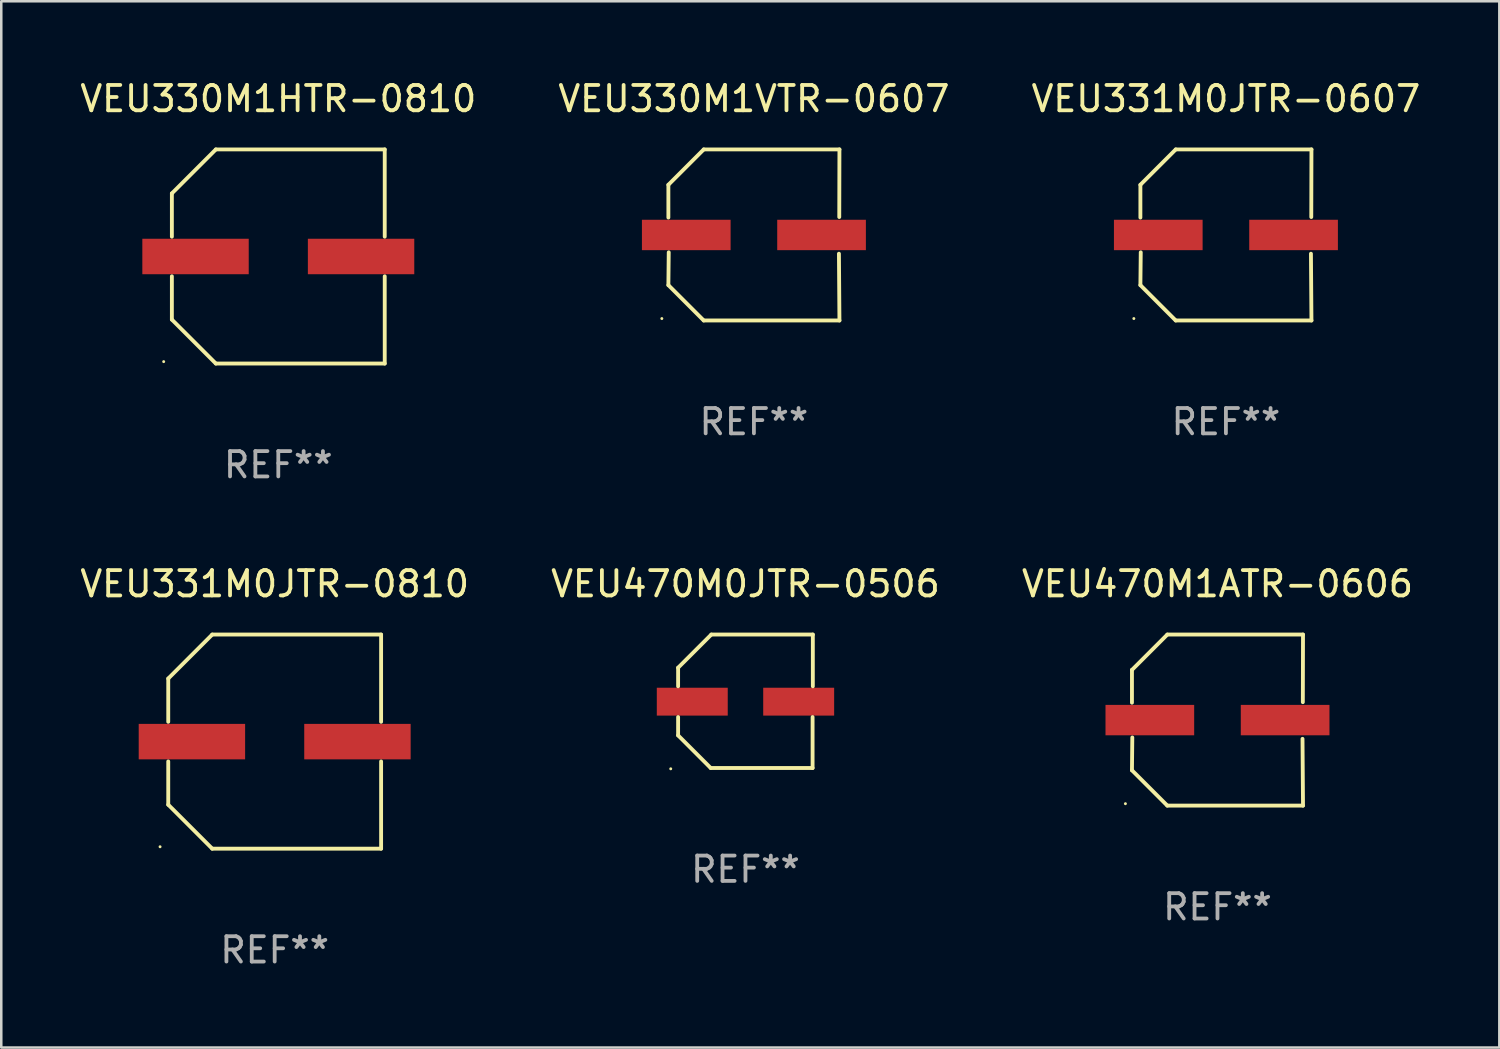
<source format=kicad_pcb>
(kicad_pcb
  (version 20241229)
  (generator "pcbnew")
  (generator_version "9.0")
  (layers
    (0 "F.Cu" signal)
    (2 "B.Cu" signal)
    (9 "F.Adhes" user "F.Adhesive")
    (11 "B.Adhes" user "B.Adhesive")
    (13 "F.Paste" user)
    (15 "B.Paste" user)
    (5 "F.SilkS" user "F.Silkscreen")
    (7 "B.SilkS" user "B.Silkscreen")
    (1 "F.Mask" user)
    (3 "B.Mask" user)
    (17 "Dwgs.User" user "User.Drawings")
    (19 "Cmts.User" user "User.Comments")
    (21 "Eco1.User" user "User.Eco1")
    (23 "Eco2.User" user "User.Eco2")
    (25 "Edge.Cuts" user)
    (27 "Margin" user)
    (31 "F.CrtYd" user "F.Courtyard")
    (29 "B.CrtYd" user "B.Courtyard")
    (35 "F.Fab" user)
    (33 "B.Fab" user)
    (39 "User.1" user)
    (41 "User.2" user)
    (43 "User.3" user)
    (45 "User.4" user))
  (footprint "VEU331M0JTR-0607"
    (layer "F.Cu")
    (at 45.339 6.224)
    (property "Reference" "VEU331M0JTR-0607" (at 0 -5.376 0) (layer "F.SilkS") (effects (font (size 1 1) (thickness 0.15))))
    (attr through_hole)
    (fp_line (start -3.376 -1.98) (end -3.376 -0.686) (stroke (width 0.152) (type solid)) (layer "F.SilkS"))
    (fp_line (start -3.376 1.981) (end -3.362 0.686) (stroke (width 0.152) (type solid)) (layer "F.SilkS"))
    (fp_line (start -1.981 3.376) (end -3.376 1.981) (stroke (width 0.152) (type solid)) (layer "F.SilkS"))
    (fp_line (start -1.98 -3.376) (end -3.376 -1.98) (stroke (width 0.152) (type solid)) (layer "F.SilkS"))
    (fp_line (start 3.356 0.74) (end 3.376 3.376) (stroke (width 0.152) (type solid)) (layer "F.SilkS"))
    (fp_line (start 3.369 -0.707) (end 3.376 -3.376) (stroke (width 0.152) (type solid)) (layer "F.SilkS"))
    (fp_line (start 3.376 3.376) (end -1.981 3.376) (stroke (width 0.152) (type solid)) (layer "F.SilkS"))
    (fp_line (start 3.376 -3.376) (end -1.98 -3.376) (stroke (width 0.152) (type solid)) (layer "F.SilkS"))
    (fp_circle (center -3.634 3.3) (end -3.604 3.3) (stroke (width 0.06) (type solid)) (fill no) (layer "F.SilkS"))
    (fp_text user "REF**" (at 0 7.376 0) (layer "F.Fab") (effects (font (size 1 1) (thickness 0.15))))
    (pad "1" smd rect (at -2.67 0.000254) (size 3.5 1.2) (layers "F.Cu" "F.Mask" "F.Paste"))
    (pad "2" smd rect (at 2.67 0.000254) (size 3.5 1.2) (layers "F.Cu" "F.Mask" "F.Paste")))
  (footprint "VEU331M0JTR-0810"
    (layer "F.Cu")
    (at 7.792 26.223)
    (property "Reference" "VEU331M0JTR-0810" (at 0 -6.226 0) (layer "F.SilkS") (effects (font (size 1 1) (thickness 0.15))))
    (attr through_hole)
    (fp_line (start -4.201 -2.49) (end -4.201 -0.782) (stroke (width 0.152) (type solid)) (layer "F.SilkS"))
    (fp_line (start -4.201 2.49) (end -4.201 0.782) (stroke (width 0.152) (type solid)) (layer "F.SilkS"))
    (fp_line (start -2.465 -4.226) (end -4.201 -2.49) (stroke (width 0.152) (type solid)) (layer "F.SilkS"))
    (fp_line (start -2.465 4.226) (end -4.201 2.49) (stroke (width 0.152) (type solid)) (layer "F.SilkS"))
    (fp_line (start 4.201 -4.226) (end -2.465 -4.226) (stroke (width 0.152) (type solid)) (layer "F.SilkS"))
    (fp_line (start 4.201 -0.782) (end 4.201 -4.226) (stroke (width 0.152) (type solid)) (layer "F.SilkS"))
    (fp_line (start 4.201 0.782) (end 4.201 4.226) (stroke (width 0.152) (type solid)) (layer "F.SilkS"))
    (fp_line (start 4.201 4.226) (end -2.465 4.226) (stroke (width 0.152) (type solid)) (layer "F.SilkS"))
    (fp_circle (center -4.524 4.15) (end -4.494 4.15) (stroke (width 0.06) (type solid)) (fill no) (layer "F.SilkS"))
    (fp_text user "REF**" (at 0 8.226 0) (layer "F.Fab") (effects (font (size 1 1) (thickness 0.15))))
    (pad "1" smd rect (at -3.267 0) (size 4.2 1.4) (layers "F.Cu" "F.Mask" "F.Paste"))
    (pad "2" smd rect (at 3.267 0) (size 4.2 1.4) (layers "F.Cu" "F.Mask" "F.Paste")))
  (footprint "VEU330M1VTR-0607"
    (layer "F.Cu")
    (at 26.708 6.224)
    (property "Reference" "VEU330M1VTR-0607" (at 0 -5.376 0) (layer "F.SilkS") (effects (font (size 1 1) (thickness 0.15))))
    (attr through_hole)
    (fp_line (start -3.376 -1.98) (end -3.376 -0.686) (stroke (width 0.152) (type solid)) (layer "F.SilkS"))
    (fp_line (start -3.376 1.981) (end -3.362 0.686) (stroke (width 0.152) (type solid)) (layer "F.SilkS"))
    (fp_line (start -1.981 3.376) (end -3.376 1.981) (stroke (width 0.152) (type solid)) (layer "F.SilkS"))
    (fp_line (start -1.98 -3.376) (end -3.376 -1.98) (stroke (width 0.152) (type solid)) (layer "F.SilkS"))
    (fp_line (start 3.356 0.74) (end 3.376 3.376) (stroke (width 0.152) (type solid)) (layer "F.SilkS"))
    (fp_line (start 3.369 -0.707) (end 3.376 -3.376) (stroke (width 0.152) (type solid)) (layer "F.SilkS"))
    (fp_line (start 3.376 3.376) (end -1.981 3.376) (stroke (width 0.152) (type solid)) (layer "F.SilkS"))
    (fp_line (start 3.376 -3.376) (end -1.98 -3.376) (stroke (width 0.152) (type solid)) (layer "F.SilkS"))
    (fp_circle (center -3.634 3.3) (end -3.604 3.3) (stroke (width 0.06) (type solid)) (fill no) (layer "F.SilkS"))
    (fp_text user "REF**" (at 0 7.376 0) (layer "F.Fab") (effects (font (size 1 1) (thickness 0.15))))
    (pad "1" smd rect (at -2.67 0.000254) (size 3.5 1.2) (layers "F.Cu" "F.Mask" "F.Paste"))
    (pad "2" smd rect (at 2.67 0.000254) (size 3.5 1.2) (layers "F.Cu" "F.Mask" "F.Paste")))
  (footprint "VEU470M1ATR-0606"
    (layer "F.Cu")
    (at 45.006 25.373)
    (property "Reference" "VEU470M1ATR-0606" (at 0 -5.376 0) (layer "F.SilkS") (effects (font (size 1 1) (thickness 0.15))))
    (attr through_hole)
    (fp_line (start -3.376 -1.98) (end -3.376 -0.686) (stroke (width 0.152) (type solid)) (layer "F.SilkS"))
    (fp_line (start -3.376 1.981) (end -3.362 0.686) (stroke (width 0.152) (type solid)) (layer "F.SilkS"))
    (fp_line (start -1.981 3.376) (end -3.376 1.981) (stroke (width 0.152) (type solid)) (layer "F.SilkS"))
    (fp_line (start -1.98 -3.376) (end -3.376 -1.98) (stroke (width 0.152) (type solid)) (layer "F.SilkS"))
    (fp_line (start 3.356 0.74) (end 3.376 3.376) (stroke (width 0.152) (type solid)) (layer "F.SilkS"))
    (fp_line (start 3.369 -0.707) (end 3.376 -3.376) (stroke (width 0.152) (type solid)) (layer "F.SilkS"))
    (fp_line (start 3.376 3.376) (end -1.981 3.376) (stroke (width 0.152) (type solid)) (layer "F.SilkS"))
    (fp_line (start 3.376 -3.376) (end -1.98 -3.376) (stroke (width 0.152) (type solid)) (layer "F.SilkS"))
    (fp_circle (center -3.634 3.3) (end -3.604 3.3) (stroke (width 0.06) (type solid)) (fill no) (layer "F.SilkS"))
    (fp_text user "REF**" (at 0 7.376 0) (layer "F.Fab") (effects (font (size 1 1) (thickness 0.15))))
    (pad "1" smd rect (at -2.67 0.000254) (size 3.5 1.2) (layers "F.Cu" "F.Mask" "F.Paste"))
    (pad "2" smd rect (at 2.67 0.000254) (size 3.5 1.2) (layers "F.Cu" "F.Mask" "F.Paste")))
  (footprint "VEU330M1HTR-0810"
    (layer "F.Cu")
    (at 7.935 7.074)
    (property "Reference" "VEU330M1HTR-0810" (at 0 -6.226 0) (layer "F.SilkS") (effects (font (size 1 1) (thickness 0.15))))
    (attr through_hole)
    (fp_line (start -4.201 -2.49) (end -4.201 -0.782) (stroke (width 0.152) (type solid)) (layer "F.SilkS"))
    (fp_line (start -4.201 2.49) (end -4.201 0.782) (stroke (width 0.152) (type solid)) (layer "F.SilkS"))
    (fp_line (start -2.465 -4.226) (end -4.201 -2.49) (stroke (width 0.152) (type solid)) (layer "F.SilkS"))
    (fp_line (start -2.465 4.226) (end -4.201 2.49) (stroke (width 0.152) (type solid)) (layer "F.SilkS"))
    (fp_line (start 4.201 -4.226) (end -2.465 -4.226) (stroke (width 0.152) (type solid)) (layer "F.SilkS"))
    (fp_line (start 4.201 -0.782) (end 4.201 -4.226) (stroke (width 0.152) (type solid)) (layer "F.SilkS"))
    (fp_line (start 4.201 0.782) (end 4.201 4.226) (stroke (width 0.152) (type solid)) (layer "F.SilkS"))
    (fp_line (start 4.201 4.226) (end -2.465 4.226) (stroke (width 0.152) (type solid)) (layer "F.SilkS"))
    (fp_circle (center -4.524 4.15) (end -4.494 4.15) (stroke (width 0.06) (type solid)) (fill no) (layer "F.SilkS"))
    (fp_text user "REF**" (at 0 8.226 0) (layer "F.Fab") (effects (font (size 1 1) (thickness 0.15))))
    (pad "1" smd rect (at -3.267 0) (size 4.2 1.4) (layers "F.Cu" "F.Mask" "F.Paste"))
    (pad "2" smd rect (at 3.267 0) (size 4.2 1.4) (layers "F.Cu" "F.Mask" "F.Paste")))
  (footprint "VEU470M0JTR-0506"
    (layer "F.Cu")
    (at 26.375 24.631)
    (property "Reference" "VEU470M0JTR-0506" (at 0 -4.634 0) (layer "F.SilkS") (effects (font (size 1 1) (thickness 0.15))))
    (attr through_hole)
    (fp_line (start -2.659 -1.326) (end -2.659 -0.592) (stroke (width 0.152) (type solid)) (layer "F.SilkS"))
    (fp_line (start -2.659 1.346) (end -2.659 0.622) (stroke (width 0.152) (type solid)) (layer "F.SilkS"))
    (fp_line (start -1.372 2.634) (end -2.659 1.346) (stroke (width 0.152) (type solid)) (layer "F.SilkS"))
    (fp_line (start -1.349 -2.634) (end -2.659 -1.326) (stroke (width 0.152) (type solid)) (layer "F.SilkS"))
    (fp_line (start 2.649 0.622) (end 2.649 2.634) (stroke (width 0.152) (type solid)) (layer "F.SilkS"))
    (fp_line (start 2.649 2.634) (end -1.372 2.634) (stroke (width 0.152) (type solid)) (layer "F.SilkS"))
    (fp_line (start 2.659 -2.634) (end -1.349 -2.634) (stroke (width 0.152) (type solid)) (layer "F.SilkS"))
    (fp_line (start 2.659 -0.592) (end 2.659 -2.634) (stroke (width 0.152) (type solid)) (layer "F.SilkS"))
    (fp_circle (center -2.95 2.665) (end -2.92 2.665) (stroke (width 0.06) (type solid)) (fill no) (layer "F.SilkS"))
    (fp_text user "REF**" (at 0 6.634 0) (layer "F.Fab") (effects (font (size 1 1) (thickness 0.15))))
    (pad "1" smd rect (at -2.1 0.015) (size 2.8 1.1) (layers "F.Cu" "F.Mask" "F.Paste"))
    (pad "2" smd rect (at 2.1 0.015) (size 2.8 1.1) (layers "F.Cu" "F.Mask" "F.Paste")))
  (gr_rect
    (start -3 -3)
    (end 56.131 38.298)
    (stroke (width 0.1) (type default))
    (fill no)
    (layer "Edge.Cuts")))
</source>
